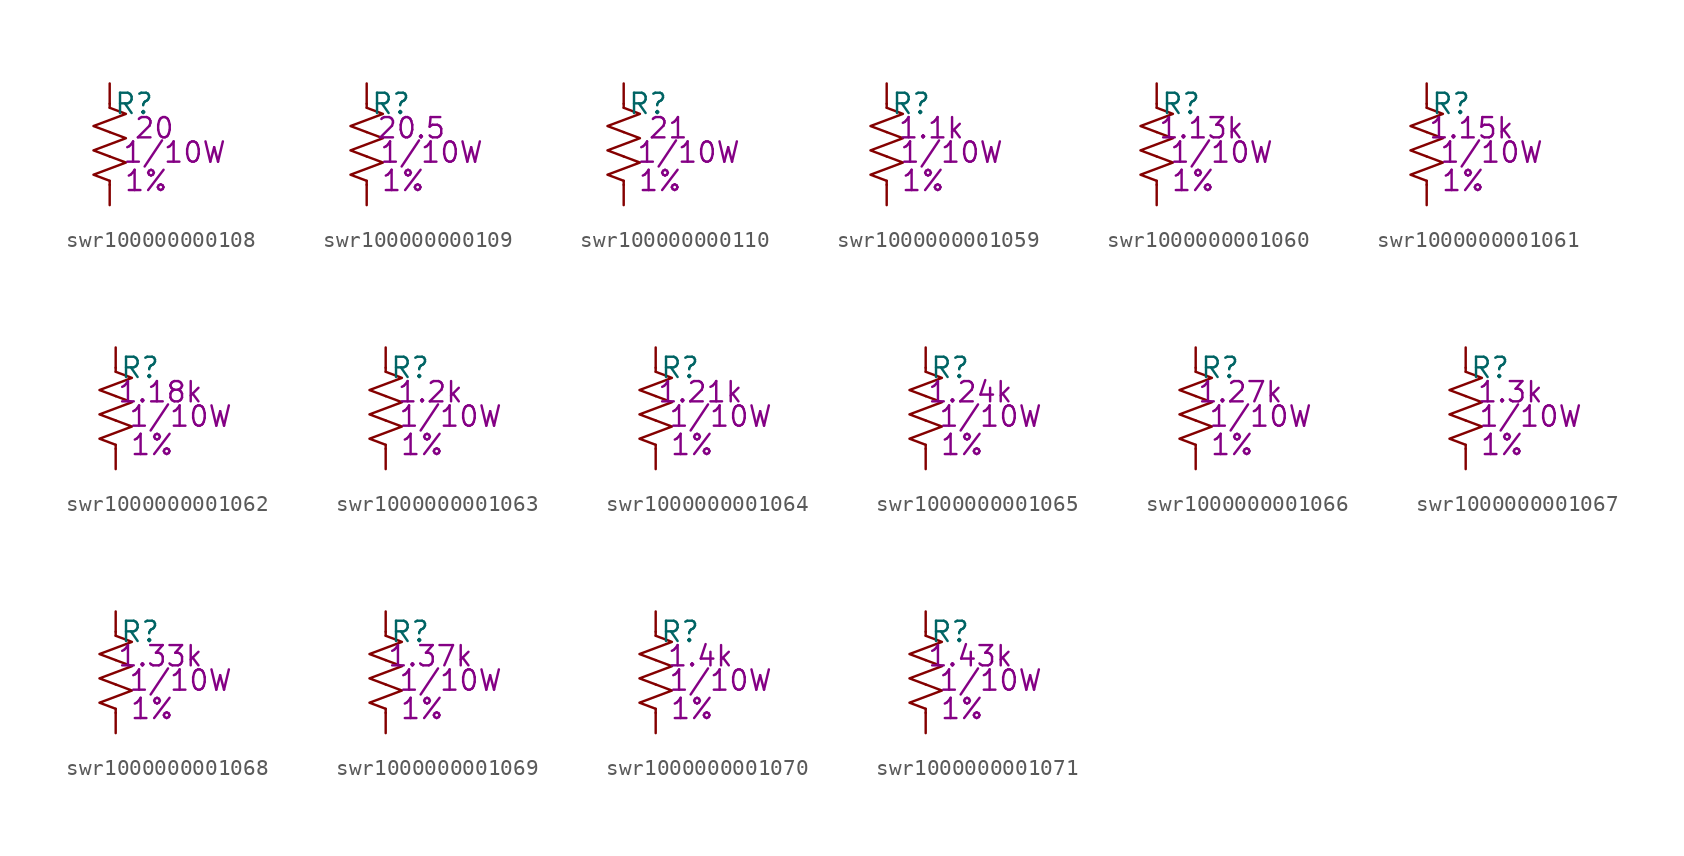
<source format=kicad_sym>
(kicad_symbol_lib
  (version 20211014)
  (generator kicad_symbol_editor)
  (symbol "swr100000000108"
    (pin_numbers hide)
    (pin_names
      (offset 1.016))
    (property "Reference" "R"
      (at 1.524 2.54 0)
      (effects (font (size 1.27 1.27))))
    (property "Tolerance" "1%"
      (at 2.286 -2.286 0)
      (effects (font (size 1.27 1.27))))
    (property "Wattage" "1/10W"
      (at 4.064 -0.508 0)
      (effects (font (size 1.27 1.27))))
    (property "PartValue" "20"
      (at 2.794 1.016 0)
      (effects (font (size 1.27 1.27))))
    (symbol "swr100000000108_1_1"
      (polyline (pts (xy 0 -2.286) (xy 0 -2.54)) (stroke (width 0) (type default) (color 0 0 0 0)) (fill (type none)))
      (polyline (pts (xy 0 2.286) (xy 0 2.54)) (stroke (width 0) (type default) (color 0 0 0 0)) (fill (type none)))
      (polyline (pts (xy 0 -0.762) (xy 1.016 -1.143) (xy 0 -1.524) (xy -1.016 -1.905) (xy 0 -2.286)) (stroke (width 0) (type default) (color 0 0 0 0)) (fill (type none)))
      (polyline (pts (xy 0 0.762) (xy 1.016 0.381) (xy 0 0) (xy -1.016 -0.381) (xy 0 -0.762)) (stroke (width 0) (type default) (color 0 0 0 0)) (fill (type none)))
      (polyline (pts (xy 0 2.286) (xy 1.016 1.905) (xy 0 1.524) (xy -1.016 1.143) (xy 0 0.762)) (stroke (width 0) (type default) (color 0 0 0 0)) (fill (type none)))
      (pin passive line (at 0 3.81 270) (length 1.27) (name "~" (effects (font (size 1.27 1.27)))) (number "1" (effects (font (size 1.27 1.27)))))
      (pin passive line (at 0 -3.81 90) (length 1.27) (name "~" (effects (font (size 1.27 1.27)))) (number "2" (effects (font (size 1.27 1.27)))))))
  (symbol "swr100000000109"
    (pin_numbers hide)
    (pin_names
      (offset 1.016))
    (property "Reference" "R"
      (at 1.524 2.54 0)
      (effects (font (size 1.27 1.27))))
    (property "Tolerance" "1%"
      (at 2.286 -2.286 0)
      (effects (font (size 1.27 1.27))))
    (property "Wattage" "1/10W"
      (at 4.064 -0.508 0)
      (effects (font (size 1.27 1.27))))
    (property "PartValue" "20.5"
      (at 2.794 1.016 0)
      (effects (font (size 1.27 1.27))))
    (symbol "swr100000000109_1_1"
      (polyline (pts (xy 0 -2.286) (xy 0 -2.54)) (stroke (width 0) (type default) (color 0 0 0 0)) (fill (type none)))
      (polyline (pts (xy 0 2.286) (xy 0 2.54)) (stroke (width 0) (type default) (color 0 0 0 0)) (fill (type none)))
      (polyline (pts (xy 0 -0.762) (xy 1.016 -1.143) (xy 0 -1.524) (xy -1.016 -1.905) (xy 0 -2.286)) (stroke (width 0) (type default) (color 0 0 0 0)) (fill (type none)))
      (polyline (pts (xy 0 0.762) (xy 1.016 0.381) (xy 0 0) (xy -1.016 -0.381) (xy 0 -0.762)) (stroke (width 0) (type default) (color 0 0 0 0)) (fill (type none)))
      (polyline (pts (xy 0 2.286) (xy 1.016 1.905) (xy 0 1.524) (xy -1.016 1.143) (xy 0 0.762)) (stroke (width 0) (type default) (color 0 0 0 0)) (fill (type none)))
      (pin passive line (at 0 3.81 270) (length 1.27) (name "~" (effects (font (size 1.27 1.27)))) (number "1" (effects (font (size 1.27 1.27)))))
      (pin passive line (at 0 -3.81 90) (length 1.27) (name "~" (effects (font (size 1.27 1.27)))) (number "2" (effects (font (size 1.27 1.27)))))))
  (symbol "swr100000000110"
    (pin_numbers hide)
    (pin_names
      (offset 1.016))
    (property "Reference" "R"
      (at 1.524 2.54 0)
      (effects (font (size 1.27 1.27))))
    (property "Tolerance" "1%"
      (at 2.286 -2.286 0)
      (effects (font (size 1.27 1.27))))
    (property "Wattage" "1/10W"
      (at 4.064 -0.508 0)
      (effects (font (size 1.27 1.27))))
    (property "PartValue" "21"
      (at 2.794 1.016 0)
      (effects (font (size 1.27 1.27))))
    (symbol "swr100000000110_1_1"
      (polyline (pts (xy 0 -2.286) (xy 0 -2.54)) (stroke (width 0) (type default) (color 0 0 0 0)) (fill (type none)))
      (polyline (pts (xy 0 2.286) (xy 0 2.54)) (stroke (width 0) (type default) (color 0 0 0 0)) (fill (type none)))
      (polyline (pts (xy 0 -0.762) (xy 1.016 -1.143) (xy 0 -1.524) (xy -1.016 -1.905) (xy 0 -2.286)) (stroke (width 0) (type default) (color 0 0 0 0)) (fill (type none)))
      (polyline (pts (xy 0 0.762) (xy 1.016 0.381) (xy 0 0) (xy -1.016 -0.381) (xy 0 -0.762)) (stroke (width 0) (type default) (color 0 0 0 0)) (fill (type none)))
      (polyline (pts (xy 0 2.286) (xy 1.016 1.905) (xy 0 1.524) (xy -1.016 1.143) (xy 0 0.762)) (stroke (width 0) (type default) (color 0 0 0 0)) (fill (type none)))
      (pin passive line (at 0 3.81 270) (length 1.27) (name "~" (effects (font (size 1.27 1.27)))) (number "1" (effects (font (size 1.27 1.27)))))
      (pin passive line (at 0 -3.81 90) (length 1.27) (name "~" (effects (font (size 1.27 1.27)))) (number "2" (effects (font (size 1.27 1.27)))))))
  (symbol "swr1000000001059"
    (pin_numbers hide)
    (pin_names
      (offset 1.016))
    (property "Reference" "R"
      (at 1.524 2.54 0)
      (effects (font (size 1.27 1.27))))
    (property "Tolerance" "1%"
      (at 2.286 -2.286 0)
      (effects (font (size 1.27 1.27))))
    (property "Wattage" "1/10W"
      (at 4.064 -0.508 0)
      (effects (font (size 1.27 1.27))))
    (property "PartValue" "1.1k"
      (at 2.794 1.016 0)
      (effects (font (size 1.27 1.27))))
    (symbol "swr1000000001059_1_1"
      (polyline (pts (xy 0 -2.286) (xy 0 -2.54)) (stroke (width 0) (type default) (color 0 0 0 0)) (fill (type none)))
      (polyline (pts (xy 0 2.286) (xy 0 2.54)) (stroke (width 0) (type default) (color 0 0 0 0)) (fill (type none)))
      (polyline (pts (xy 0 -0.762) (xy 1.016 -1.143) (xy 0 -1.524) (xy -1.016 -1.905) (xy 0 -2.286)) (stroke (width 0) (type default) (color 0 0 0 0)) (fill (type none)))
      (polyline (pts (xy 0 0.762) (xy 1.016 0.381) (xy 0 0) (xy -1.016 -0.381) (xy 0 -0.762)) (stroke (width 0) (type default) (color 0 0 0 0)) (fill (type none)))
      (polyline (pts (xy 0 2.286) (xy 1.016 1.905) (xy 0 1.524) (xy -1.016 1.143) (xy 0 0.762)) (stroke (width 0) (type default) (color 0 0 0 0)) (fill (type none)))
      (pin passive line (at 0 3.81 270) (length 1.27) (name "~" (effects (font (size 1.27 1.27)))) (number "1" (effects (font (size 1.27 1.27)))))
      (pin passive line (at 0 -3.81 90) (length 1.27) (name "~" (effects (font (size 1.27 1.27)))) (number "2" (effects (font (size 1.27 1.27)))))))
  (symbol "swr1000000001060"
    (pin_numbers hide)
    (pin_names
      (offset 1.016))
    (property "Reference" "R"
      (at 1.524 2.54 0)
      (effects (font (size 1.27 1.27))))
    (property "Tolerance" "1%"
      (at 2.286 -2.286 0)
      (effects (font (size 1.27 1.27))))
    (property "Wattage" "1/10W"
      (at 4.064 -0.508 0)
      (effects (font (size 1.27 1.27))))
    (property "PartValue" "1.13k"
      (at 2.794 1.016 0)
      (effects (font (size 1.27 1.27))))
    (symbol "swr1000000001060_1_1"
      (polyline (pts (xy 0 -2.286) (xy 0 -2.54)) (stroke (width 0) (type default) (color 0 0 0 0)) (fill (type none)))
      (polyline (pts (xy 0 2.286) (xy 0 2.54)) (stroke (width 0) (type default) (color 0 0 0 0)) (fill (type none)))
      (polyline (pts (xy 0 -0.762) (xy 1.016 -1.143) (xy 0 -1.524) (xy -1.016 -1.905) (xy 0 -2.286)) (stroke (width 0) (type default) (color 0 0 0 0)) (fill (type none)))
      (polyline (pts (xy 0 0.762) (xy 1.016 0.381) (xy 0 0) (xy -1.016 -0.381) (xy 0 -0.762)) (stroke (width 0) (type default) (color 0 0 0 0)) (fill (type none)))
      (polyline (pts (xy 0 2.286) (xy 1.016 1.905) (xy 0 1.524) (xy -1.016 1.143) (xy 0 0.762)) (stroke (width 0) (type default) (color 0 0 0 0)) (fill (type none)))
      (pin passive line (at 0 3.81 270) (length 1.27) (name "~" (effects (font (size 1.27 1.27)))) (number "1" (effects (font (size 1.27 1.27)))))
      (pin passive line (at 0 -3.81 90) (length 1.27) (name "~" (effects (font (size 1.27 1.27)))) (number "2" (effects (font (size 1.27 1.27)))))))
  (symbol "swr1000000001061"
    (pin_numbers hide)
    (pin_names
      (offset 1.016))
    (property "Reference" "R"
      (at 1.524 2.54 0)
      (effects (font (size 1.27 1.27))))
    (property "Tolerance" "1%"
      (at 2.286 -2.286 0)
      (effects (font (size 1.27 1.27))))
    (property "Wattage" "1/10W"
      (at 4.064 -0.508 0)
      (effects (font (size 1.27 1.27))))
    (property "PartValue" "1.15k"
      (at 2.794 1.016 0)
      (effects (font (size 1.27 1.27))))
    (symbol "swr1000000001061_1_1"
      (polyline (pts (xy 0 -2.286) (xy 0 -2.54)) (stroke (width 0) (type default) (color 0 0 0 0)) (fill (type none)))
      (polyline (pts (xy 0 2.286) (xy 0 2.54)) (stroke (width 0) (type default) (color 0 0 0 0)) (fill (type none)))
      (polyline (pts (xy 0 -0.762) (xy 1.016 -1.143) (xy 0 -1.524) (xy -1.016 -1.905) (xy 0 -2.286)) (stroke (width 0) (type default) (color 0 0 0 0)) (fill (type none)))
      (polyline (pts (xy 0 0.762) (xy 1.016 0.381) (xy 0 0) (xy -1.016 -0.381) (xy 0 -0.762)) (stroke (width 0) (type default) (color 0 0 0 0)) (fill (type none)))
      (polyline (pts (xy 0 2.286) (xy 1.016 1.905) (xy 0 1.524) (xy -1.016 1.143) (xy 0 0.762)) (stroke (width 0) (type default) (color 0 0 0 0)) (fill (type none)))
      (pin passive line (at 0 3.81 270) (length 1.27) (name "~" (effects (font (size 1.27 1.27)))) (number "1" (effects (font (size 1.27 1.27)))))
      (pin passive line (at 0 -3.81 90) (length 1.27) (name "~" (effects (font (size 1.27 1.27)))) (number "2" (effects (font (size 1.27 1.27)))))))
  (symbol "swr1000000001062"
    (pin_numbers hide)
    (pin_names
      (offset 1.016))
    (property "Reference" "R"
      (at 1.524 2.54 0)
      (effects (font (size 1.27 1.27))))
    (property "Tolerance" "1%"
      (at 2.286 -2.286 0)
      (effects (font (size 1.27 1.27))))
    (property "Wattage" "1/10W"
      (at 4.064 -0.508 0)
      (effects (font (size 1.27 1.27))))
    (property "PartValue" "1.18k"
      (at 2.794 1.016 0)
      (effects (font (size 1.27 1.27))))
    (symbol "swr1000000001062_1_1"
      (polyline (pts (xy 0 -2.286) (xy 0 -2.54)) (stroke (width 0) (type default) (color 0 0 0 0)) (fill (type none)))
      (polyline (pts (xy 0 2.286) (xy 0 2.54)) (stroke (width 0) (type default) (color 0 0 0 0)) (fill (type none)))
      (polyline (pts (xy 0 -0.762) (xy 1.016 -1.143) (xy 0 -1.524) (xy -1.016 -1.905) (xy 0 -2.286)) (stroke (width 0) (type default) (color 0 0 0 0)) (fill (type none)))
      (polyline (pts (xy 0 0.762) (xy 1.016 0.381) (xy 0 0) (xy -1.016 -0.381) (xy 0 -0.762)) (stroke (width 0) (type default) (color 0 0 0 0)) (fill (type none)))
      (polyline (pts (xy 0 2.286) (xy 1.016 1.905) (xy 0 1.524) (xy -1.016 1.143) (xy 0 0.762)) (stroke (width 0) (type default) (color 0 0 0 0)) (fill (type none)))
      (pin passive line (at 0 3.81 270) (length 1.27) (name "~" (effects (font (size 1.27 1.27)))) (number "1" (effects (font (size 1.27 1.27)))))
      (pin passive line (at 0 -3.81 90) (length 1.27) (name "~" (effects (font (size 1.27 1.27)))) (number "2" (effects (font (size 1.27 1.27)))))))
  (symbol "swr1000000001063"
    (pin_numbers hide)
    (pin_names
      (offset 1.016))
    (property "Reference" "R"
      (at 1.524 2.54 0)
      (effects (font (size 1.27 1.27))))
    (property "Tolerance" "1%"
      (at 2.286 -2.286 0)
      (effects (font (size 1.27 1.27))))
    (property "Wattage" "1/10W"
      (at 4.064 -0.508 0)
      (effects (font (size 1.27 1.27))))
    (property "PartValue" "1.2k"
      (at 2.794 1.016 0)
      (effects (font (size 1.27 1.27))))
    (symbol "swr1000000001063_1_1"
      (polyline (pts (xy 0 -2.286) (xy 0 -2.54)) (stroke (width 0) (type default) (color 0 0 0 0)) (fill (type none)))
      (polyline (pts (xy 0 2.286) (xy 0 2.54)) (stroke (width 0) (type default) (color 0 0 0 0)) (fill (type none)))
      (polyline (pts (xy 0 -0.762) (xy 1.016 -1.143) (xy 0 -1.524) (xy -1.016 -1.905) (xy 0 -2.286)) (stroke (width 0) (type default) (color 0 0 0 0)) (fill (type none)))
      (polyline (pts (xy 0 0.762) (xy 1.016 0.381) (xy 0 0) (xy -1.016 -0.381) (xy 0 -0.762)) (stroke (width 0) (type default) (color 0 0 0 0)) (fill (type none)))
      (polyline (pts (xy 0 2.286) (xy 1.016 1.905) (xy 0 1.524) (xy -1.016 1.143) (xy 0 0.762)) (stroke (width 0) (type default) (color 0 0 0 0)) (fill (type none)))
      (pin passive line (at 0 3.81 270) (length 1.27) (name "~" (effects (font (size 1.27 1.27)))) (number "1" (effects (font (size 1.27 1.27)))))
      (pin passive line (at 0 -3.81 90) (length 1.27) (name "~" (effects (font (size 1.27 1.27)))) (number "2" (effects (font (size 1.27 1.27)))))))
  (symbol "swr1000000001064"
    (pin_numbers hide)
    (pin_names
      (offset 1.016))
    (property "Reference" "R"
      (at 1.524 2.54 0)
      (effects (font (size 1.27 1.27))))
    (property "Tolerance" "1%"
      (at 2.286 -2.286 0)
      (effects (font (size 1.27 1.27))))
    (property "Wattage" "1/10W"
      (at 4.064 -0.508 0)
      (effects (font (size 1.27 1.27))))
    (property "PartValue" "1.21k"
      (at 2.794 1.016 0)
      (effects (font (size 1.27 1.27))))
    (symbol "swr1000000001064_1_1"
      (polyline (pts (xy 0 -2.286) (xy 0 -2.54)) (stroke (width 0) (type default) (color 0 0 0 0)) (fill (type none)))
      (polyline (pts (xy 0 2.286) (xy 0 2.54)) (stroke (width 0) (type default) (color 0 0 0 0)) (fill (type none)))
      (polyline (pts (xy 0 -0.762) (xy 1.016 -1.143) (xy 0 -1.524) (xy -1.016 -1.905) (xy 0 -2.286)) (stroke (width 0) (type default) (color 0 0 0 0)) (fill (type none)))
      (polyline (pts (xy 0 0.762) (xy 1.016 0.381) (xy 0 0) (xy -1.016 -0.381) (xy 0 -0.762)) (stroke (width 0) (type default) (color 0 0 0 0)) (fill (type none)))
      (polyline (pts (xy 0 2.286) (xy 1.016 1.905) (xy 0 1.524) (xy -1.016 1.143) (xy 0 0.762)) (stroke (width 0) (type default) (color 0 0 0 0)) (fill (type none)))
      (pin passive line (at 0 3.81 270) (length 1.27) (name "~" (effects (font (size 1.27 1.27)))) (number "1" (effects (font (size 1.27 1.27)))))
      (pin passive line (at 0 -3.81 90) (length 1.27) (name "~" (effects (font (size 1.27 1.27)))) (number "2" (effects (font (size 1.27 1.27)))))))
  (symbol "swr1000000001065"
    (pin_numbers hide)
    (pin_names
      (offset 1.016))
    (property "Reference" "R"
      (at 1.524 2.54 0)
      (effects (font (size 1.27 1.27))))
    (property "Tolerance" "1%"
      (at 2.286 -2.286 0)
      (effects (font (size 1.27 1.27))))
    (property "Wattage" "1/10W"
      (at 4.064 -0.508 0)
      (effects (font (size 1.27 1.27))))
    (property "PartValue" "1.24k"
      (at 2.794 1.016 0)
      (effects (font (size 1.27 1.27))))
    (symbol "swr1000000001065_1_1"
      (polyline (pts (xy 0 -2.286) (xy 0 -2.54)) (stroke (width 0) (type default) (color 0 0 0 0)) (fill (type none)))
      (polyline (pts (xy 0 2.286) (xy 0 2.54)) (stroke (width 0) (type default) (color 0 0 0 0)) (fill (type none)))
      (polyline (pts (xy 0 -0.762) (xy 1.016 -1.143) (xy 0 -1.524) (xy -1.016 -1.905) (xy 0 -2.286)) (stroke (width 0) (type default) (color 0 0 0 0)) (fill (type none)))
      (polyline (pts (xy 0 0.762) (xy 1.016 0.381) (xy 0 0) (xy -1.016 -0.381) (xy 0 -0.762)) (stroke (width 0) (type default) (color 0 0 0 0)) (fill (type none)))
      (polyline (pts (xy 0 2.286) (xy 1.016 1.905) (xy 0 1.524) (xy -1.016 1.143) (xy 0 0.762)) (stroke (width 0) (type default) (color 0 0 0 0)) (fill (type none)))
      (pin passive line (at 0 3.81 270) (length 1.27) (name "~" (effects (font (size 1.27 1.27)))) (number "1" (effects (font (size 1.27 1.27)))))
      (pin passive line (at 0 -3.81 90) (length 1.27) (name "~" (effects (font (size 1.27 1.27)))) (number "2" (effects (font (size 1.27 1.27)))))))
  (symbol "swr1000000001066"
    (pin_numbers hide)
    (pin_names
      (offset 1.016))
    (property "Reference" "R"
      (at 1.524 2.54 0)
      (effects (font (size 1.27 1.27))))
    (property "Tolerance" "1%"
      (at 2.286 -2.286 0)
      (effects (font (size 1.27 1.27))))
    (property "Wattage" "1/10W"
      (at 4.064 -0.508 0)
      (effects (font (size 1.27 1.27))))
    (property "PartValue" "1.27k"
      (at 2.794 1.016 0)
      (effects (font (size 1.27 1.27))))
    (symbol "swr1000000001066_1_1"
      (polyline (pts (xy 0 -2.286) (xy 0 -2.54)) (stroke (width 0) (type default) (color 0 0 0 0)) (fill (type none)))
      (polyline (pts (xy 0 2.286) (xy 0 2.54)) (stroke (width 0) (type default) (color 0 0 0 0)) (fill (type none)))
      (polyline (pts (xy 0 -0.762) (xy 1.016 -1.143) (xy 0 -1.524) (xy -1.016 -1.905) (xy 0 -2.286)) (stroke (width 0) (type default) (color 0 0 0 0)) (fill (type none)))
      (polyline (pts (xy 0 0.762) (xy 1.016 0.381) (xy 0 0) (xy -1.016 -0.381) (xy 0 -0.762)) (stroke (width 0) (type default) (color 0 0 0 0)) (fill (type none)))
      (polyline (pts (xy 0 2.286) (xy 1.016 1.905) (xy 0 1.524) (xy -1.016 1.143) (xy 0 0.762)) (stroke (width 0) (type default) (color 0 0 0 0)) (fill (type none)))
      (pin passive line (at 0 3.81 270) (length 1.27) (name "~" (effects (font (size 1.27 1.27)))) (number "1" (effects (font (size 1.27 1.27)))))
      (pin passive line (at 0 -3.81 90) (length 1.27) (name "~" (effects (font (size 1.27 1.27)))) (number "2" (effects (font (size 1.27 1.27)))))))
  (symbol "swr1000000001067"
    (pin_numbers hide)
    (pin_names
      (offset 1.016))
    (property "Reference" "R"
      (at 1.524 2.54 0)
      (effects (font (size 1.27 1.27))))
    (property "Tolerance" "1%"
      (at 2.286 -2.286 0)
      (effects (font (size 1.27 1.27))))
    (property "Wattage" "1/10W"
      (at 4.064 -0.508 0)
      (effects (font (size 1.27 1.27))))
    (property "PartValue" "1.3k"
      (at 2.794 1.016 0)
      (effects (font (size 1.27 1.27))))
    (symbol "swr1000000001067_1_1"
      (polyline (pts (xy 0 -2.286) (xy 0 -2.54)) (stroke (width 0) (type default) (color 0 0 0 0)) (fill (type none)))
      (polyline (pts (xy 0 2.286) (xy 0 2.54)) (stroke (width 0) (type default) (color 0 0 0 0)) (fill (type none)))
      (polyline (pts (xy 0 -0.762) (xy 1.016 -1.143) (xy 0 -1.524) (xy -1.016 -1.905) (xy 0 -2.286)) (stroke (width 0) (type default) (color 0 0 0 0)) (fill (type none)))
      (polyline (pts (xy 0 0.762) (xy 1.016 0.381) (xy 0 0) (xy -1.016 -0.381) (xy 0 -0.762)) (stroke (width 0) (type default) (color 0 0 0 0)) (fill (type none)))
      (polyline (pts (xy 0 2.286) (xy 1.016 1.905) (xy 0 1.524) (xy -1.016 1.143) (xy 0 0.762)) (stroke (width 0) (type default) (color 0 0 0 0)) (fill (type none)))
      (pin passive line (at 0 3.81 270) (length 1.27) (name "~" (effects (font (size 1.27 1.27)))) (number "1" (effects (font (size 1.27 1.27)))))
      (pin passive line (at 0 -3.81 90) (length 1.27) (name "~" (effects (font (size 1.27 1.27)))) (number "2" (effects (font (size 1.27 1.27)))))))
  (symbol "swr1000000001068"
    (pin_numbers hide)
    (pin_names
      (offset 1.016))
    (property "Reference" "R"
      (at 1.524 2.54 0)
      (effects (font (size 1.27 1.27))))
    (property "Tolerance" "1%"
      (at 2.286 -2.286 0)
      (effects (font (size 1.27 1.27))))
    (property "Wattage" "1/10W"
      (at 4.064 -0.508 0)
      (effects (font (size 1.27 1.27))))
    (property "PartValue" "1.33k"
      (at 2.794 1.016 0)
      (effects (font (size 1.27 1.27))))
    (symbol "swr1000000001068_1_1"
      (polyline (pts (xy 0 -2.286) (xy 0 -2.54)) (stroke (width 0) (type default) (color 0 0 0 0)) (fill (type none)))
      (polyline (pts (xy 0 2.286) (xy 0 2.54)) (stroke (width 0) (type default) (color 0 0 0 0)) (fill (type none)))
      (polyline (pts (xy 0 -0.762) (xy 1.016 -1.143) (xy 0 -1.524) (xy -1.016 -1.905) (xy 0 -2.286)) (stroke (width 0) (type default) (color 0 0 0 0)) (fill (type none)))
      (polyline (pts (xy 0 0.762) (xy 1.016 0.381) (xy 0 0) (xy -1.016 -0.381) (xy 0 -0.762)) (stroke (width 0) (type default) (color 0 0 0 0)) (fill (type none)))
      (polyline (pts (xy 0 2.286) (xy 1.016 1.905) (xy 0 1.524) (xy -1.016 1.143) (xy 0 0.762)) (stroke (width 0) (type default) (color 0 0 0 0)) (fill (type none)))
      (pin passive line (at 0 3.81 270) (length 1.27) (name "~" (effects (font (size 1.27 1.27)))) (number "1" (effects (font (size 1.27 1.27)))))
      (pin passive line (at 0 -3.81 90) (length 1.27) (name "~" (effects (font (size 1.27 1.27)))) (number "2" (effects (font (size 1.27 1.27)))))))
  (symbol "swr1000000001069"
    (pin_numbers hide)
    (pin_names
      (offset 1.016))
    (property "Reference" "R"
      (at 1.524 2.54 0)
      (effects (font (size 1.27 1.27))))
    (property "Tolerance" "1%"
      (at 2.286 -2.286 0)
      (effects (font (size 1.27 1.27))))
    (property "Wattage" "1/10W"
      (at 4.064 -0.508 0)
      (effects (font (size 1.27 1.27))))
    (property "PartValue" "1.37k"
      (at 2.794 1.016 0)
      (effects (font (size 1.27 1.27))))
    (symbol "swr1000000001069_1_1"
      (polyline (pts (xy 0 -2.286) (xy 0 -2.54)) (stroke (width 0) (type default) (color 0 0 0 0)) (fill (type none)))
      (polyline (pts (xy 0 2.286) (xy 0 2.54)) (stroke (width 0) (type default) (color 0 0 0 0)) (fill (type none)))
      (polyline (pts (xy 0 -0.762) (xy 1.016 -1.143) (xy 0 -1.524) (xy -1.016 -1.905) (xy 0 -2.286)) (stroke (width 0) (type default) (color 0 0 0 0)) (fill (type none)))
      (polyline (pts (xy 0 0.762) (xy 1.016 0.381) (xy 0 0) (xy -1.016 -0.381) (xy 0 -0.762)) (stroke (width 0) (type default) (color 0 0 0 0)) (fill (type none)))
      (polyline (pts (xy 0 2.286) (xy 1.016 1.905) (xy 0 1.524) (xy -1.016 1.143) (xy 0 0.762)) (stroke (width 0) (type default) (color 0 0 0 0)) (fill (type none)))
      (pin passive line (at 0 3.81 270) (length 1.27) (name "~" (effects (font (size 1.27 1.27)))) (number "1" (effects (font (size 1.27 1.27)))))
      (pin passive line (at 0 -3.81 90) (length 1.27) (name "~" (effects (font (size 1.27 1.27)))) (number "2" (effects (font (size 1.27 1.27)))))))
  (symbol "swr1000000001070"
    (pin_numbers hide)
    (pin_names
      (offset 1.016))
    (property "Reference" "R"
      (at 1.524 2.54 0)
      (effects (font (size 1.27 1.27))))
    (property "Tolerance" "1%"
      (at 2.286 -2.286 0)
      (effects (font (size 1.27 1.27))))
    (property "Wattage" "1/10W"
      (at 4.064 -0.508 0)
      (effects (font (size 1.27 1.27))))
    (property "PartValue" "1.4k"
      (at 2.794 1.016 0)
      (effects (font (size 1.27 1.27))))
    (symbol "swr1000000001070_1_1"
      (polyline (pts (xy 0 -2.286) (xy 0 -2.54)) (stroke (width 0) (type default) (color 0 0 0 0)) (fill (type none)))
      (polyline (pts (xy 0 2.286) (xy 0 2.54)) (stroke (width 0) (type default) (color 0 0 0 0)) (fill (type none)))
      (polyline (pts (xy 0 -0.762) (xy 1.016 -1.143) (xy 0 -1.524) (xy -1.016 -1.905) (xy 0 -2.286)) (stroke (width 0) (type default) (color 0 0 0 0)) (fill (type none)))
      (polyline (pts (xy 0 0.762) (xy 1.016 0.381) (xy 0 0) (xy -1.016 -0.381) (xy 0 -0.762)) (stroke (width 0) (type default) (color 0 0 0 0)) (fill (type none)))
      (polyline (pts (xy 0 2.286) (xy 1.016 1.905) (xy 0 1.524) (xy -1.016 1.143) (xy 0 0.762)) (stroke (width 0) (type default) (color 0 0 0 0)) (fill (type none)))
      (pin passive line (at 0 3.81 270) (length 1.27) (name "~" (effects (font (size 1.27 1.27)))) (number "1" (effects (font (size 1.27 1.27)))))
      (pin passive line (at 0 -3.81 90) (length 1.27) (name "~" (effects (font (size 1.27 1.27)))) (number "2" (effects (font (size 1.27 1.27)))))))
  (symbol "swr1000000001071"
    (pin_numbers hide)
    (pin_names
      (offset 1.016))
    (property "Reference" "R"
      (at 1.524 2.54 0)
      (effects (font (size 1.27 1.27))))
    (property "Tolerance" "1%"
      (at 2.286 -2.286 0)
      (effects (font (size 1.27 1.27))))
    (property "Wattage" "1/10W"
      (at 4.064 -0.508 0)
      (effects (font (size 1.27 1.27))))
    (property "PartValue" "1.43k"
      (at 2.794 1.016 0)
      (effects (font (size 1.27 1.27))))
    (symbol "swr1000000001071_1_1"
      (polyline (pts (xy 0 -2.286) (xy 0 -2.54)) (stroke (width 0) (type default) (color 0 0 0 0)) (fill (type none)))
      (polyline (pts (xy 0 2.286) (xy 0 2.54)) (stroke (width 0) (type default) (color 0 0 0 0)) (fill (type none)))
      (polyline (pts (xy 0 -0.762) (xy 1.016 -1.143) (xy 0 -1.524) (xy -1.016 -1.905) (xy 0 -2.286)) (stroke (width 0) (type default) (color 0 0 0 0)) (fill (type none)))
      (polyline (pts (xy 0 0.762) (xy 1.016 0.381) (xy 0 0) (xy -1.016 -0.381) (xy 0 -0.762)) (stroke (width 0) (type default) (color 0 0 0 0)) (fill (type none)))
      (polyline (pts (xy 0 2.286) (xy 1.016 1.905) (xy 0 1.524) (xy -1.016 1.143) (xy 0 0.762)) (stroke (width 0) (type default) (color 0 0 0 0)) (fill (type none)))
      (pin passive line (at 0 3.81 270) (length 1.27) (name "~" (effects (font (size 1.27 1.27)))) (number "1" (effects (font (size 1.27 1.27)))))
      (pin passive line (at 0 -3.81 90) (length 1.27) (name "~" (effects (font (size 1.27 1.27)))) (number "2" (effects (font (size 1.27 1.27))))))))
</source>
